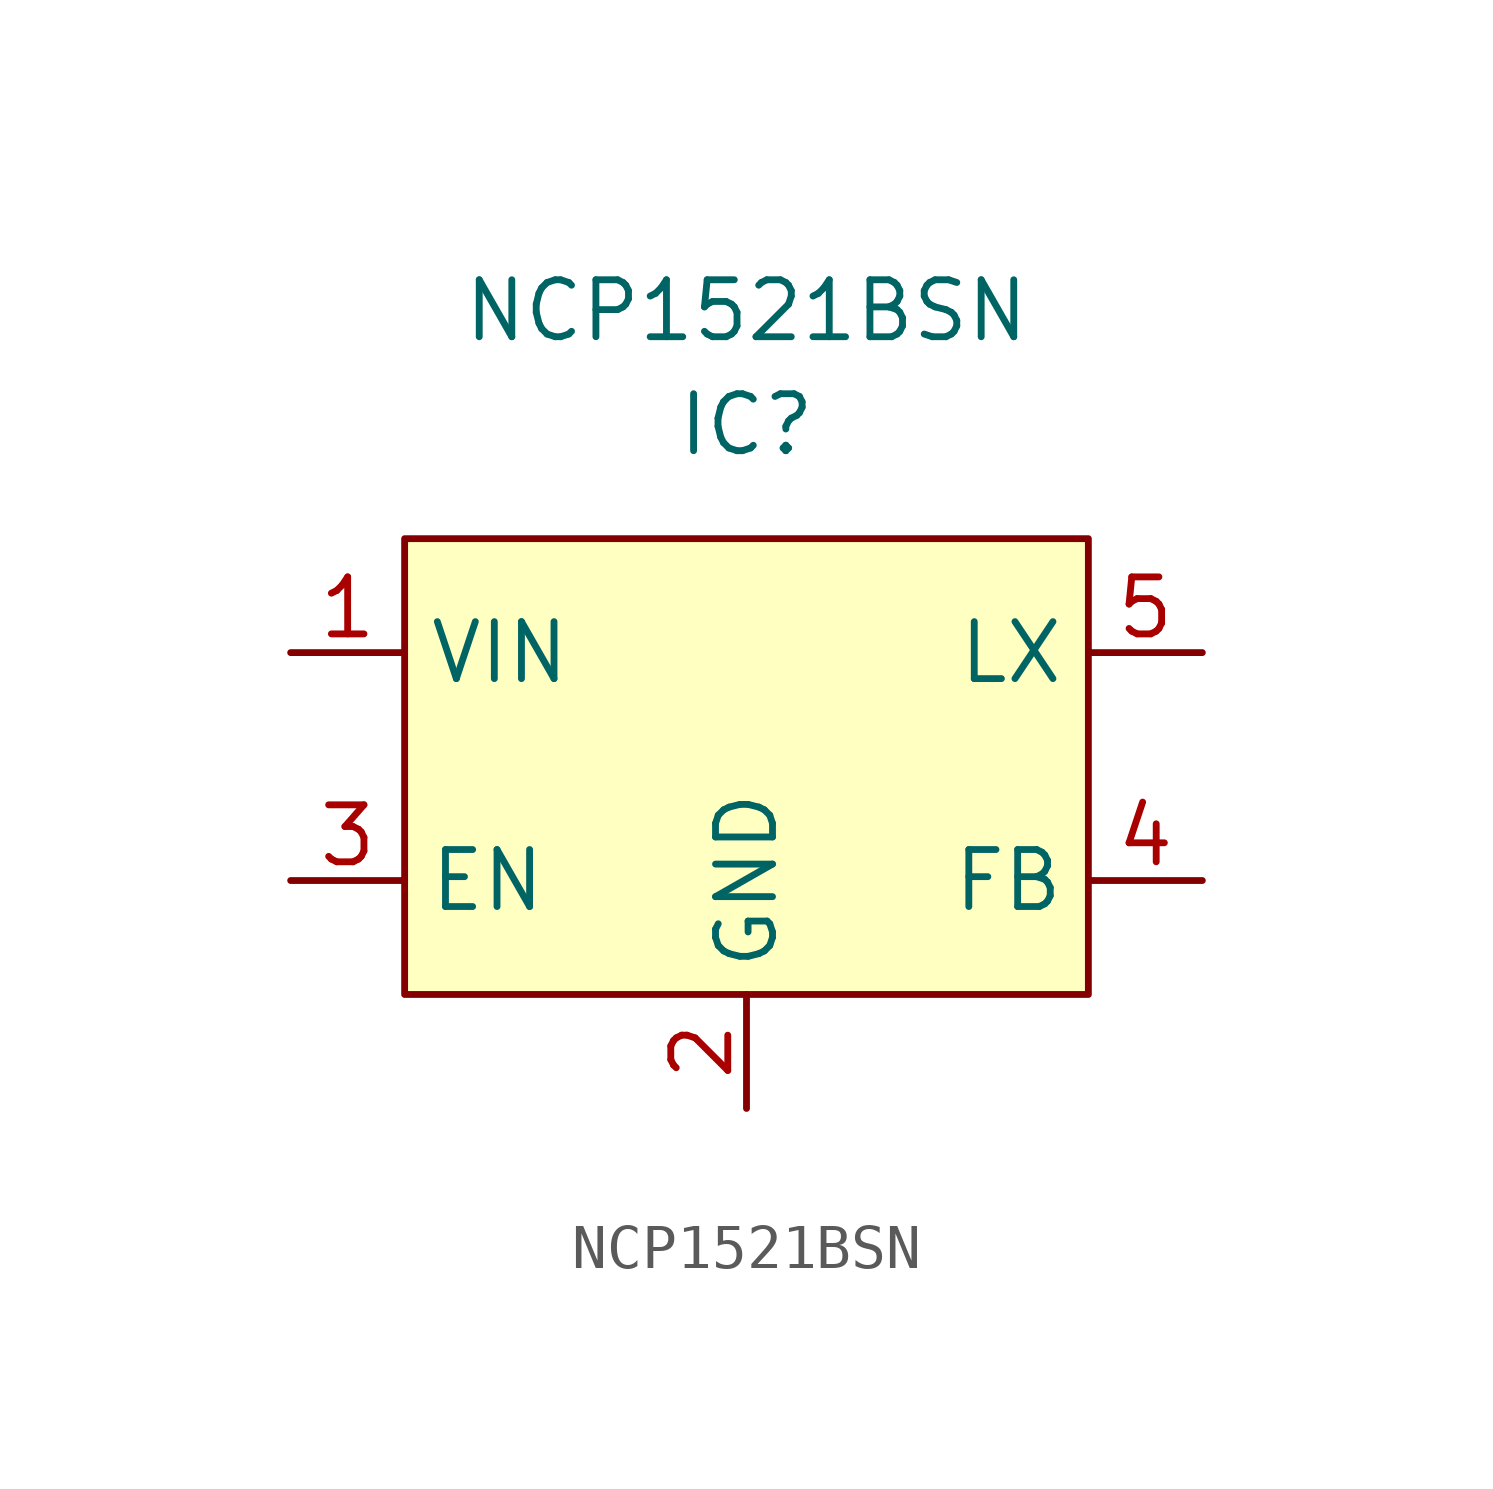
<source format=kicad_sym>
(kicad_symbol_lib
  (version 20211014)
  (generator kicad_symbol_editor)
  (symbol "NCP1521BSN"
    (property "Reference" "IC"
      (at 0 0 0)
      (effects (font (size 1.27 1.27))))
    (property "Value" "NCP1521BSN"
      (at 0 2.54 0)
      (effects (font (size 1.27 1.27))))
    (symbol "NCP1521BSN_0_1"
      (rectangle (start -7.62 -2.54) (end 7.62 -12.7) (stroke (width 0) (type default) (color 0 0 0 0)) (fill (type background))))
    (symbol "NCP1521BSN_1_1"
      (pin power_in line (at -10.16 -5.08 0) (length 2.54) (name "VIN" (effects (font (size 1.27 1.27)))) (number "1" (effects (font (size 1.27 1.27)))))
      (pin power_in line (at 0 -15.24 90) (length 2.54) (name "GND" (effects (font (size 1.27 1.27)))) (number "2" (effects (font (size 1.27 1.27)))))
      (pin input line (at -10.16 -10.16 0) (length 2.54) (name "EN" (effects (font (size 1.27 1.27)))) (number "3" (effects (font (size 1.27 1.27)))))
      (pin input line (at 10.16 -10.16 180) (length 2.54) (name "FB" (effects (font (size 1.27 1.27)))) (number "4" (effects (font (size 1.27 1.27)))))
      (pin power_out line (at 10.16 -5.08 180) (length 2.54) (name "LX" (effects (font (size 1.27 1.27)))) (number "5" (effects (font (size 1.27 1.27))))))))
</source>
